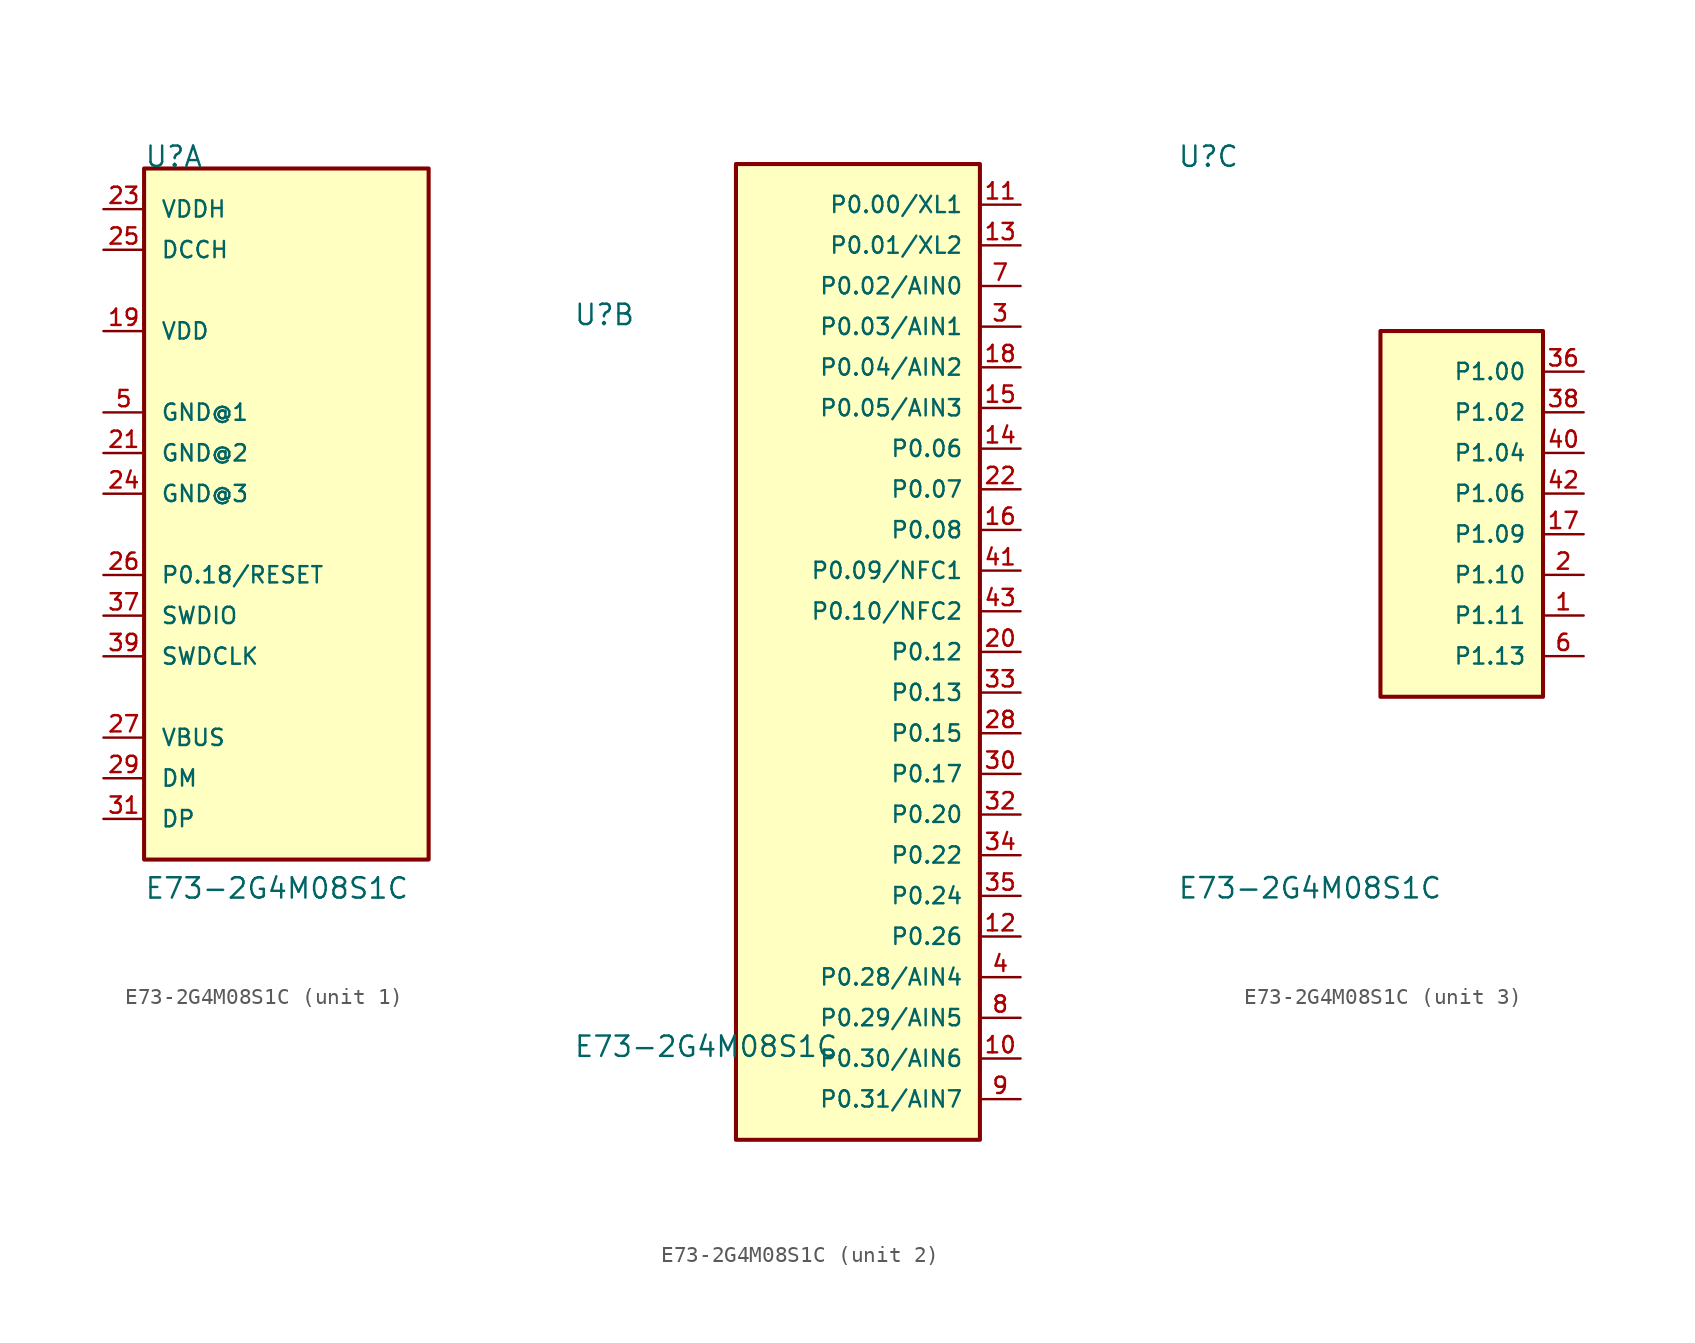
<source format=kicad_sym>
(kicad_symbol_lib
  (version 20241209)
  (generator "kicad_symbol_editor")
  (generator_version "9.0")
  (symbol "E73-2G4M08S1C"
    (pin_names
      (offset 1.016))
    (property "Reference" "U"
      (at -15.24 20.32 0)
      (effects (font (size 1.27 1.27)) (justify left bottom)))
    (property "Value" "E73-2G4M08S1C"
      (at -15.24 -25.4 0)
      (effects (font (size 1.27 1.27)) (justify left bottom)))
    (property "ki_locked" ""
      (at 0 0 0)
      (effects (font (size 1.27 1.27))))
    (symbol "E73-2G4M08S1C_1_0"
      (rectangle (start -15.24 20.32) (end 2.54 -22.86) (stroke (width 0.254) (type solid)) (fill (type background)))
      (pin input line (at -17.78 17.78 0) (length 2.54) (name "VDDH" (effects (font (size 1.016 1.016)))) (number "23" (effects (font (size 1.016 1.016)))))
      (pin input line (at -17.78 15.24 0) (length 2.54) (name "DCCH" (effects (font (size 1.016 1.016)))) (number "25" (effects (font (size 1.016 1.016)))))
      (pin input line (at -17.78 10.16 0) (length 2.54) (name "VDD" (effects (font (size 1.016 1.016)))) (number "19" (effects (font (size 1.016 1.016)))))
      (pin input line (at -17.78 5.08 0) (length 2.54) (name "GND@1" (effects (font (size 1.016 1.016)))) (number "5" (effects (font (size 1.016 1.016)))))
      (pin input line (at -17.78 2.54 0) (length 2.54) (name "GND@2" (effects (font (size 1.016 1.016)))) (number "21" (effects (font (size 1.016 1.016)))))
      (pin input line (at -17.78 0 0) (length 2.54) (name "GND@3" (effects (font (size 1.016 1.016)))) (number "24" (effects (font (size 1.016 1.016)))))
      (pin input line (at -17.78 -5.08 0) (length 2.54) (name "P0.18/RESET" (effects (font (size 1.016 1.016)))) (number "26" (effects (font (size 1.016 1.016)))))
      (pin bidirectional line (at -17.78 -7.62 0) (length 2.54) (name "SWDIO" (effects (font (size 1.016 1.016)))) (number "37" (effects (font (size 1.016 1.016)))))
      (pin bidirectional line (at -17.78 -10.16 0) (length 2.54) (name "SWDCLK" (effects (font (size 1.016 1.016)))) (number "39" (effects (font (size 1.016 1.016)))))
      (pin bidirectional line (at -17.78 -15.24 0) (length 2.54) (name "VBUS" (effects (font (size 1.016 1.016)))) (number "27" (effects (font (size 1.016 1.016)))))
      (pin bidirectional line (at -17.78 -17.78 0) (length 2.54) (name "DM" (effects (font (size 1.016 1.016)))) (number "29" (effects (font (size 1.016 1.016)))))
      (pin bidirectional line (at -17.78 -20.32 0) (length 2.54) (name "DP" (effects (font (size 1.016 1.016)))) (number "31" (effects (font (size 1.016 1.016))))))
    (symbol "E73-2G4M08S1C_2_0"
      (rectangle (start -5.08 -30.48) (end 10.16 30.48) (stroke (width 0.254) (type solid)) (fill (type background)))
      (pin bidirectional line (at 12.7 27.94 180) (length 2.54) (name "P0.00/XL1" (effects (font (size 1.016 1.016)))) (number "11" (effects (font (size 1.016 1.016)))))
      (pin bidirectional line (at 12.7 25.4 180) (length 2.54) (name "P0.01/XL2" (effects (font (size 1.016 1.016)))) (number "13" (effects (font (size 1.016 1.016)))))
      (pin bidirectional line (at 12.7 22.86 180) (length 2.54) (name "P0.02/AIN0" (effects (font (size 1.016 1.016)))) (number "7" (effects (font (size 1.016 1.016)))))
      (pin bidirectional line (at 12.7 20.32 180) (length 2.54) (name "P0.03/AIN1" (effects (font (size 1.016 1.016)))) (number "3" (effects (font (size 1.016 1.016)))))
      (pin bidirectional line (at 12.7 17.78 180) (length 2.54) (name "P0.04/AIN2" (effects (font (size 1.016 1.016)))) (number "18" (effects (font (size 1.016 1.016)))))
      (pin bidirectional line (at 12.7 15.24 180) (length 2.54) (name "P0.05/AIN3" (effects (font (size 1.016 1.016)))) (number "15" (effects (font (size 1.016 1.016)))))
      (pin bidirectional line (at 12.7 12.7 180) (length 2.54) (name "P0.06" (effects (font (size 1.016 1.016)))) (number "14" (effects (font (size 1.016 1.016)))))
      (pin bidirectional line (at 12.7 10.16 180) (length 2.54) (name "P0.07" (effects (font (size 1.016 1.016)))) (number "22" (effects (font (size 1.016 1.016)))))
      (pin bidirectional line (at 12.7 7.62 180) (length 2.54) (name "P0.08" (effects (font (size 1.016 1.016)))) (number "16" (effects (font (size 1.016 1.016)))))
      (pin bidirectional line (at 12.7 5.08 180) (length 2.54) (name "P0.09/NFC1" (effects (font (size 1.016 1.016)))) (number "41" (effects (font (size 1.016 1.016)))))
      (pin bidirectional line (at 12.7 2.54 180) (length 2.54) (name "P0.10/NFC2" (effects (font (size 1.016 1.016)))) (number "43" (effects (font (size 1.016 1.016)))))
      (pin bidirectional line (at 12.7 0 180) (length 2.54) (name "P0.12" (effects (font (size 1.016 1.016)))) (number "20" (effects (font (size 1.016 1.016)))))
      (pin bidirectional line (at 12.7 -2.54 180) (length 2.54) (name "P0.13" (effects (font (size 1.016 1.016)))) (number "33" (effects (font (size 1.016 1.016)))))
      (pin bidirectional line (at 12.7 -5.08 180) (length 2.54) (name "P0.15" (effects (font (size 1.016 1.016)))) (number "28" (effects (font (size 1.016 1.016)))))
      (pin bidirectional line (at 12.7 -7.62 180) (length 2.54) (name "P0.17" (effects (font (size 1.016 1.016)))) (number "30" (effects (font (size 1.016 1.016)))))
      (pin bidirectional line (at 12.7 -10.16 180) (length 2.54) (name "P0.20" (effects (font (size 1.016 1.016)))) (number "32" (effects (font (size 1.016 1.016)))))
      (pin bidirectional line (at 12.7 -12.7 180) (length 2.54) (name "P0.22" (effects (font (size 1.016 1.016)))) (number "34" (effects (font (size 1.016 1.016)))))
      (pin bidirectional line (at 12.7 -15.24 180) (length 2.54) (name "P0.24" (effects (font (size 1.016 1.016)))) (number "35" (effects (font (size 1.016 1.016)))))
      (pin bidirectional line (at 12.7 -17.78 180) (length 2.54) (name "P0.26" (effects (font (size 1.016 1.016)))) (number "12" (effects (font (size 1.016 1.016)))))
      (pin bidirectional line (at 12.7 -20.32 180) (length 2.54) (name "P0.28/AIN4" (effects (font (size 1.016 1.016)))) (number "4" (effects (font (size 1.016 1.016)))))
      (pin bidirectional line (at 12.7 -22.86 180) (length 2.54) (name "P0.29/AIN5" (effects (font (size 1.016 1.016)))) (number "8" (effects (font (size 1.016 1.016)))))
      (pin bidirectional line (at 12.7 -25.4 180) (length 2.54) (name "P0.30/AIN6" (effects (font (size 1.016 1.016)))) (number "10" (effects (font (size 1.016 1.016)))))
      (pin bidirectional line (at 12.7 -27.94 180) (length 2.54) (name "P0.31/AIN7" (effects (font (size 1.016 1.016)))) (number "9" (effects (font (size 1.016 1.016))))))
    (symbol "E73-2G4M08S1C_3_0"
      (rectangle (start -2.54 -12.7) (end 7.62 10.16) (stroke (width 0.254) (type solid)) (fill (type background)))
      (pin bidirectional line (at 10.16 7.62 180) (length 2.54) (name "P1.00" (effects (font (size 1.016 1.016)))) (number "36" (effects (font (size 1.016 1.016)))))
      (pin bidirectional line (at 10.16 5.08 180) (length 2.54) (name "P1.02" (effects (font (size 1.016 1.016)))) (number "38" (effects (font (size 1.016 1.016)))))
      (pin bidirectional line (at 10.16 2.54 180) (length 2.54) (name "P1.04" (effects (font (size 1.016 1.016)))) (number "40" (effects (font (size 1.016 1.016)))))
      (pin bidirectional line (at 10.16 0 180) (length 2.54) (name "P1.06" (effects (font (size 1.016 1.016)))) (number "42" (effects (font (size 1.016 1.016)))))
      (pin bidirectional line (at 10.16 -2.54 180) (length 2.54) (name "P1.09" (effects (font (size 1.016 1.016)))) (number "17" (effects (font (size 1.016 1.016)))))
      (pin bidirectional line (at 10.16 -5.08 180) (length 2.54) (name "P1.10" (effects (font (size 1.016 1.016)))) (number "2" (effects (font (size 1.016 1.016)))))
      (pin bidirectional line (at 10.16 -7.62 180) (length 2.54) (name "P1.11" (effects (font (size 1.016 1.016)))) (number "1" (effects (font (size 1.016 1.016)))))
      (pin bidirectional line (at 10.16 -10.16 180) (length 2.54) (name "P1.13" (effects (font (size 1.016 1.016)))) (number "6" (effects (font (size 1.016 1.016))))))))
</source>
